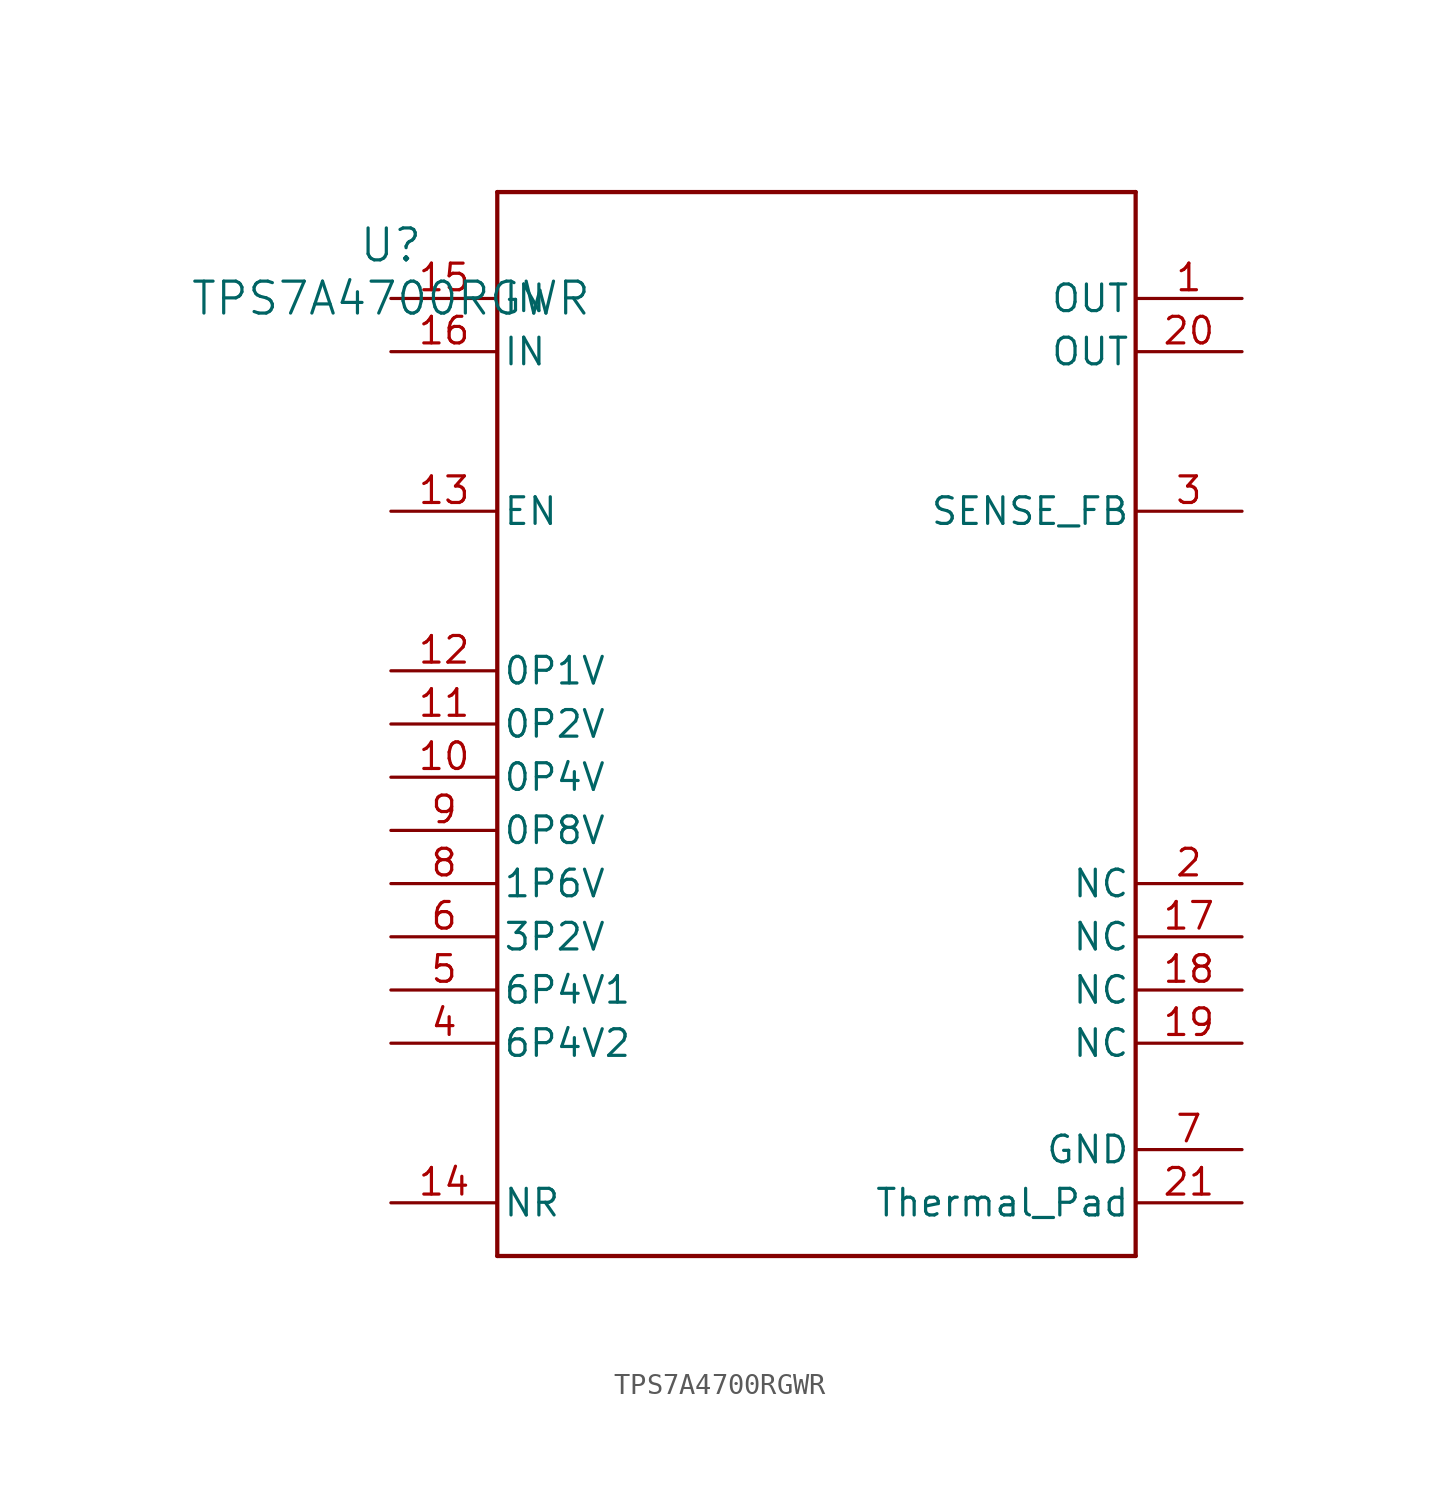
<source format=kicad_sym>
(kicad_symbol_lib
  (version 20211014)
  (generator kicad_symbol_editor)
  (symbol "TPS7A4700RGWR"
    (pin_names
      (offset 0.254))
    (property "Reference" "U"
      (at 0 2.54 0)
      (effects (font (size 1.524 1.524))))
    (property "Value" "TPS7A4700RGWR"
      (at 0 0 0)
      (effects (font (size 1.524 1.524))))
    (symbol "TPS7A4700RGWR_0_1"
      (polyline (pts (xy 5.08 -45.72) (xy 35.56 -45.72)) (stroke (width 0.203) (type default) (color 0 0 0 0)) (fill (type none)))
      (polyline (pts (xy 35.56 -45.72) (xy 35.56 5.08)) (stroke (width 0.203) (type default) (color 0 0 0 0)) (fill (type none)))
      (polyline (pts (xy 35.56 5.08) (xy 5.08 5.08)) (stroke (width 0.203) (type default) (color 0 0 0 0)) (fill (type none)))
      (polyline (pts (xy 5.08 5.08) (xy 5.08 -45.72)) (stroke (width 0.203) (type default) (color 0 0 0 0)) (fill (type none)))
      (pin power_in line (at 40.64 0 180) (length 5.08) (name "OUT" (effects (font (size 1.27 1.27)))) (number "1" (effects (font (size 1.27 1.27)))))
      (pin unspecified line (at 40.64 -27.94 180) (length 5.08) (name "NC" (effects (font (size 1.27 1.27)))) (number "2" (effects (font (size 1.27 1.27)))))
      (pin unspecified line (at 40.64 -10.16 180) (length 5.08) (name "SENSE_FB" (effects (font (size 1.27 1.27)))) (number "3" (effects (font (size 1.27 1.27)))))
      (pin unspecified line (at 0 -35.56 0) (length 5.08) (name "6P4V2" (effects (font (size 1.27 1.27)))) (number "4" (effects (font (size 1.27 1.27)))))
      (pin unspecified line (at 0 -33.02 0) (length 5.08) (name "6P4V1" (effects (font (size 1.27 1.27)))) (number "5" (effects (font (size 1.27 1.27)))))
      (pin unspecified line (at 0 -30.48 0) (length 5.08) (name "3P2V" (effects (font (size 1.27 1.27)))) (number "6" (effects (font (size 1.27 1.27)))))
      (pin power_in line (at 40.64 -40.64 180) (length 5.08) (name "GND" (effects (font (size 1.27 1.27)))) (number "7" (effects (font (size 1.27 1.27)))))
      (pin unspecified line (at 0 -27.94 0) (length 5.08) (name "1P6V" (effects (font (size 1.27 1.27)))) (number "8" (effects (font (size 1.27 1.27)))))
      (pin unspecified line (at 0 -25.4 0) (length 5.08) (name "0P8V" (effects (font (size 1.27 1.27)))) (number "9" (effects (font (size 1.27 1.27)))))
      (pin unspecified line (at 0 -22.86 0) (length 5.08) (name "0P4V" (effects (font (size 1.27 1.27)))) (number "10" (effects (font (size 1.27 1.27)))))
      (pin unspecified line (at 0 -20.32 0) (length 5.08) (name "0P2V" (effects (font (size 1.27 1.27)))) (number "11" (effects (font (size 1.27 1.27)))))
      (pin unspecified line (at 0 -17.78 0) (length 5.08) (name "0P1V" (effects (font (size 1.27 1.27)))) (number "12" (effects (font (size 1.27 1.27)))))
      (pin input line (at 0 -10.16 0) (length 5.08) (name "EN" (effects (font (size 1.27 1.27)))) (number "13" (effects (font (size 1.27 1.27)))))
      (pin unspecified line (at 0 -43.18 0) (length 5.08) (name "NR" (effects (font (size 1.27 1.27)))) (number "14" (effects (font (size 1.27 1.27)))))
      (pin power_in line (at 0 0 0) (length 5.08) (name "IN" (effects (font (size 1.27 1.27)))) (number "15" (effects (font (size 1.27 1.27)))))
      (pin power_in line (at 0 -2.54 0) (length 5.08) (name "IN" (effects (font (size 1.27 1.27)))) (number "16" (effects (font (size 1.27 1.27)))))
      (pin unspecified line (at 40.64 -30.48 180) (length 5.08) (name "NC" (effects (font (size 1.27 1.27)))) (number "17" (effects (font (size 1.27 1.27)))))
      (pin unspecified line (at 40.64 -33.02 180) (length 5.08) (name "NC" (effects (font (size 1.27 1.27)))) (number "18" (effects (font (size 1.27 1.27)))))
      (pin unspecified line (at 40.64 -35.56 180) (length 5.08) (name "NC" (effects (font (size 1.27 1.27)))) (number "19" (effects (font (size 1.27 1.27)))))
      (pin power_in line (at 40.64 -2.54 180) (length 5.08) (name "OUT" (effects (font (size 1.27 1.27)))) (number "20" (effects (font (size 1.27 1.27)))))
      (pin power_in line (at 40.64 -43.18 180) (length 5.08) (name "Thermal_Pad" (effects (font (size 1.27 1.27)))) (number "21" (effects (font (size 1.27 1.27))))))))
</source>
